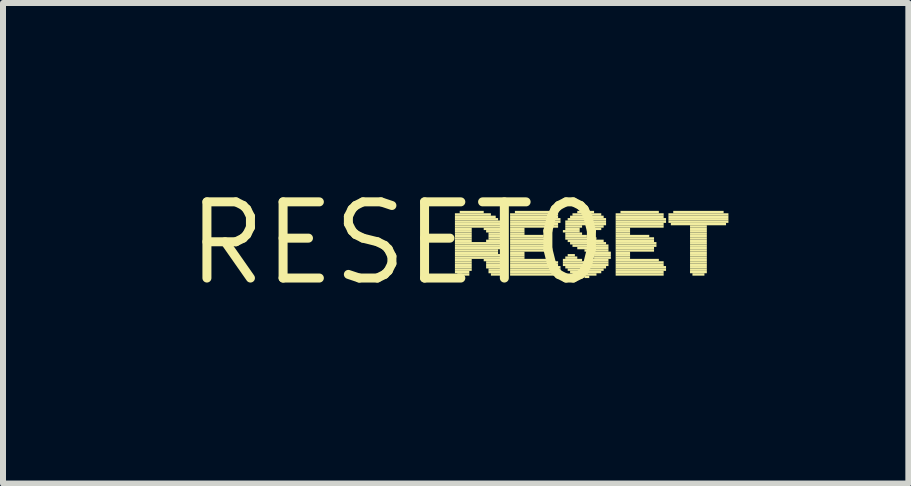
<source format=kicad_pcb>
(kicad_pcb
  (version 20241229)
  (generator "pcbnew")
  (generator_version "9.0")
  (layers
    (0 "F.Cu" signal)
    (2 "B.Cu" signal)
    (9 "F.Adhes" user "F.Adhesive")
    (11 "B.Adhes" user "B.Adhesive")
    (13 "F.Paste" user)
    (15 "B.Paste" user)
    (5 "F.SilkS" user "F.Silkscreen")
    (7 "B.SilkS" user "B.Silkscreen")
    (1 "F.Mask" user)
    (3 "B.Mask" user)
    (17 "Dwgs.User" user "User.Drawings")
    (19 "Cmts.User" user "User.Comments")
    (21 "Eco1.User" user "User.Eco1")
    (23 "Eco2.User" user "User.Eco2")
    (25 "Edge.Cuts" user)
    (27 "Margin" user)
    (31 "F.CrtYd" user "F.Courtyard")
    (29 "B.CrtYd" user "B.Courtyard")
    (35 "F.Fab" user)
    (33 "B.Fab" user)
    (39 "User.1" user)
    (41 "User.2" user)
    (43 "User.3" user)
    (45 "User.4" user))
  (footprint "RESET0"
    (layer "F.Cu")
    (at 3.575 1.006)
    (property "Reference" "RESET0" (at 0 0 0) (layer "F.SilkS") (effects (font (size 1.27 1.27) (thickness 0.15))))
    (attr through_hole)
    (fp_poly (pts (xy 0.96 -0.46) (xy 1.56 -0.46) (xy 1.56 -0.5) (xy 0.96 -0.5)) (stroke (width 0) (type solid)) (fill yes) (layer "F.SilkS"))
    (fp_poly (pts (xy 0.96 -0.42) (xy 1.64 -0.42) (xy 1.64 -0.46) (xy 0.96 -0.46)) (stroke (width 0) (type solid)) (fill yes) (layer "F.SilkS"))
    (fp_poly (pts (xy 0.96 -0.38) (xy 1.68 -0.38) (xy 1.68 -0.42) (xy 0.96 -0.42)) (stroke (width 0) (type solid)) (fill yes) (layer "F.SilkS"))
    (fp_poly (pts (xy 0.96 -0.34) (xy 1.72 -0.34) (xy 1.72 -0.38) (xy 0.96 -0.38)) (stroke (width 0) (type solid)) (fill yes) (layer "F.SilkS"))
    (fp_poly (pts (xy 0.96 -0.3) (xy 1.72 -0.3) (xy 1.72 -0.34) (xy 0.96 -0.34)) (stroke (width 0) (type solid)) (fill yes) (layer "F.SilkS"))
    (fp_poly (pts (xy 0.96 -0.26) (xy 1.76 -0.26) (xy 1.76 -0.3) (xy 0.96 -0.3)) (stroke (width 0) (type solid)) (fill yes) (layer "F.SilkS"))
    (fp_poly (pts (xy 0.96 -0.22) (xy 1.24 -0.22) (xy 1.24 -0.26) (xy 0.96 -0.26)) (stroke (width 0) (type solid)) (fill yes) (layer "F.SilkS"))
    (fp_poly (pts (xy 0.96 -0.18) (xy 1.24 -0.18) (xy 1.24 -0.22) (xy 0.96 -0.22)) (stroke (width 0) (type solid)) (fill yes) (layer "F.SilkS"))
    (fp_poly (pts (xy 0.96 -0.14) (xy 1.24 -0.14) (xy 1.24 -0.18) (xy 0.96 -0.18)) (stroke (width 0) (type solid)) (fill yes) (layer "F.SilkS"))
    (fp_poly (pts (xy 0.96 -0.1) (xy 1.24 -0.1) (xy 1.24 -0.14) (xy 0.96 -0.14)) (stroke (width 0) (type solid)) (fill yes) (layer "F.SilkS"))
    (fp_poly (pts (xy 0.96 -0.06) (xy 1.24 -0.06) (xy 1.24 -0.1) (xy 0.96 -0.1)) (stroke (width 0) (type solid)) (fill yes) (layer "F.SilkS"))
    (fp_poly (pts (xy 0.96 -0.02) (xy 1.24 -0.02) (xy 1.24 -0.06) (xy 0.96 -0.06)) (stroke (width 0) (type solid)) (fill yes) (layer "F.SilkS"))
    (fp_poly (pts (xy 0.96 0.02) (xy 1.76 0.02) (xy 1.76 -0.02) (xy 0.96 -0.02)) (stroke (width 0) (type solid)) (fill yes) (layer "F.SilkS"))
    (fp_poly (pts (xy 0.96 0.06) (xy 1.76 0.06) (xy 1.76 0.02) (xy 0.96 0.02)) (stroke (width 0) (type solid)) (fill yes) (layer "F.SilkS"))
    (fp_poly (pts (xy 0.96 0.1) (xy 1.72 0.1) (xy 1.72 0.06) (xy 0.96 0.06)) (stroke (width 0) (type solid)) (fill yes) (layer "F.SilkS"))
    (fp_poly (pts (xy 0.96 0.14) (xy 1.68 0.14) (xy 1.68 0.1) (xy 0.96 0.1)) (stroke (width 0) (type solid)) (fill yes) (layer "F.SilkS"))
    (fp_poly (pts (xy 0.96 0.18) (xy 1.68 0.18) (xy 1.68 0.14) (xy 0.96 0.14)) (stroke (width 0) (type solid)) (fill yes) (layer "F.SilkS"))
    (fp_poly (pts (xy 0.96 0.22) (xy 1.72 0.22) (xy 1.72 0.18) (xy 0.96 0.18)) (stroke (width 0) (type solid)) (fill yes) (layer "F.SilkS"))
    (fp_poly (pts (xy 0.96 0.26) (xy 1.72 0.26) (xy 1.72 0.22) (xy 0.96 0.22)) (stroke (width 0) (type solid)) (fill yes) (layer "F.SilkS"))
    (fp_poly (pts (xy 0.96 0.3) (xy 1.24 0.3) (xy 1.24 0.26) (xy 0.96 0.26)) (stroke (width 0) (type solid)) (fill yes) (layer "F.SilkS"))
    (fp_poly (pts (xy 0.96 0.34) (xy 1.24 0.34) (xy 1.24 0.3) (xy 0.96 0.3)) (stroke (width 0) (type solid)) (fill yes) (layer "F.SilkS"))
    (fp_poly (pts (xy 0.96 0.38) (xy 1.24 0.38) (xy 1.24 0.34) (xy 0.96 0.34)) (stroke (width 0) (type solid)) (fill yes) (layer "F.SilkS"))
    (fp_poly (pts (xy 0.96 0.42) (xy 1.24 0.42) (xy 1.24 0.38) (xy 0.96 0.38)) (stroke (width 0) (type solid)) (fill yes) (layer "F.SilkS"))
    (fp_poly (pts (xy 0.96 0.46) (xy 1.24 0.46) (xy 1.24 0.42) (xy 0.96 0.42)) (stroke (width 0) (type solid)) (fill yes) (layer "F.SilkS"))
    (fp_poly (pts (xy 0.96 0.5) (xy 1.2 0.5) (xy 1.2 0.46) (xy 0.96 0.46)) (stroke (width 0) (type solid)) (fill yes) (layer "F.SilkS"))
    (fp_poly (pts (xy 1 0.54) (xy 1.2 0.54) (xy 1.2 0.5) (xy 1 0.5)) (stroke (width 0) (type solid)) (fill yes) (layer "F.SilkS"))
    (fp_poly (pts (xy 1.04 -0.5) (xy 1.44 -0.5) (xy 1.44 -0.54) (xy 1.04 -0.54)) (stroke (width 0) (type solid)) (fill yes) (layer "F.SilkS"))
    (fp_poly (pts (xy 1.44 -0.22) (xy 1.76 -0.22) (xy 1.76 -0.26) (xy 1.44 -0.26)) (stroke (width 0) (type solid)) (fill yes) (layer "F.SilkS"))
    (fp_poly (pts (xy 1.44 0.3) (xy 1.72 0.3) (xy 1.72 0.26) (xy 1.44 0.26)) (stroke (width 0) (type solid)) (fill yes) (layer "F.SilkS"))
    (fp_poly (pts (xy 1.48 -0.18) (xy 1.76 -0.18) (xy 1.76 -0.22) (xy 1.48 -0.22)) (stroke (width 0) (type solid)) (fill yes) (layer "F.SilkS"))
    (fp_poly (pts (xy 1.48 -0.02) (xy 1.76 -0.02) (xy 1.76 -0.06) (xy 1.48 -0.06)) (stroke (width 0) (type solid)) (fill yes) (layer "F.SilkS"))
    (fp_poly (pts (xy 1.48 0.34) (xy 1.76 0.34) (xy 1.76 0.3) (xy 1.48 0.3)) (stroke (width 0) (type solid)) (fill yes) (layer "F.SilkS"))
    (fp_poly (pts (xy 1.48 0.38) (xy 1.76 0.38) (xy 1.76 0.34) (xy 1.48 0.34)) (stroke (width 0) (type solid)) (fill yes) (layer "F.SilkS"))
    (fp_poly (pts (xy 1.48 0.42) (xy 1.8 0.42) (xy 1.8 0.38) (xy 1.48 0.38)) (stroke (width 0) (type solid)) (fill yes) (layer "F.SilkS"))
    (fp_poly (pts (xy 1.52 -0.14) (xy 1.8 -0.14) (xy 1.8 -0.18) (xy 1.52 -0.18)) (stroke (width 0) (type solid)) (fill yes) (layer "F.SilkS"))
    (fp_poly (pts (xy 1.52 -0.1) (xy 1.8 -0.1) (xy 1.8 -0.14) (xy 1.52 -0.14)) (stroke (width 0) (type solid)) (fill yes) (layer "F.SilkS"))
    (fp_poly (pts (xy 1.52 -0.06) (xy 1.8 -0.06) (xy 1.8 -0.1) (xy 1.52 -0.1)) (stroke (width 0) (type solid)) (fill yes) (layer "F.SilkS"))
    (fp_poly (pts (xy 1.52 0.46) (xy 1.8 0.46) (xy 1.8 0.42) (xy 1.52 0.42)) (stroke (width 0) (type solid)) (fill yes) (layer "F.SilkS"))
    (fp_poly (pts (xy 1.52 0.5) (xy 1.76 0.5) (xy 1.76 0.46) (xy 1.52 0.46)) (stroke (width 0) (type solid)) (fill yes) (layer "F.SilkS"))
    (fp_poly (pts (xy 1.56 0.54) (xy 1.72 0.54) (xy 1.72 0.5) (xy 1.56 0.5)) (stroke (width 0) (type solid)) (fill yes) (layer "F.SilkS"))
    (fp_poly (pts (xy 1.88 -0.46) (xy 2.68 -0.46) (xy 2.68 -0.5) (xy 1.88 -0.5)) (stroke (width 0) (type solid)) (fill yes) (layer "F.SilkS"))
    (fp_poly (pts (xy 1.88 -0.42) (xy 2.68 -0.42) (xy 2.68 -0.46) (xy 1.88 -0.46)) (stroke (width 0) (type solid)) (fill yes) (layer "F.SilkS"))
    (fp_poly (pts (xy 1.88 -0.38) (xy 2.72 -0.38) (xy 2.72 -0.42) (xy 1.88 -0.42)) (stroke (width 0) (type solid)) (fill yes) (layer "F.SilkS"))
    (fp_poly (pts (xy 1.88 -0.34) (xy 2.72 -0.34) (xy 2.72 -0.38) (xy 1.88 -0.38)) (stroke (width 0) (type solid)) (fill yes) (layer "F.SilkS"))
    (fp_poly (pts (xy 1.88 -0.3) (xy 2.68 -0.3) (xy 2.68 -0.34) (xy 1.88 -0.34)) (stroke (width 0) (type solid)) (fill yes) (layer "F.SilkS"))
    (fp_poly (pts (xy 1.88 -0.26) (xy 2.68 -0.26) (xy 2.68 -0.3) (xy 1.88 -0.3)) (stroke (width 0) (type solid)) (fill yes) (layer "F.SilkS"))
    (fp_poly (pts (xy 1.88 -0.22) (xy 2.12 -0.22) (xy 2.12 -0.26) (xy 1.88 -0.26)) (stroke (width 0) (type solid)) (fill yes) (layer "F.SilkS"))
    (fp_poly (pts (xy 1.88 -0.18) (xy 2.12 -0.18) (xy 2.12 -0.22) (xy 1.88 -0.22)) (stroke (width 0) (type solid)) (fill yes) (layer "F.SilkS"))
    (fp_poly (pts (xy 1.88 -0.14) (xy 2.12 -0.14) (xy 2.12 -0.18) (xy 1.88 -0.18)) (stroke (width 0) (type solid)) (fill yes) (layer "F.SilkS"))
    (fp_poly (pts (xy 1.88 -0.1) (xy 2.44 -0.1) (xy 2.44 -0.14) (xy 1.88 -0.14)) (stroke (width 0) (type solid)) (fill yes) (layer "F.SilkS"))
    (fp_poly (pts (xy 1.88 -0.06) (xy 2.52 -0.06) (xy 2.52 -0.1) (xy 1.88 -0.1)) (stroke (width 0) (type solid)) (fill yes) (layer "F.SilkS"))
    (fp_poly (pts (xy 1.88 -0.02) (xy 2.52 -0.02) (xy 2.52 -0.06) (xy 1.88 -0.06)) (stroke (width 0) (type solid)) (fill yes) (layer "F.SilkS"))
    (fp_poly (pts (xy 1.88 0.02) (xy 2.56 0.02) (xy 2.56 -0.02) (xy 1.88 -0.02)) (stroke (width 0) (type solid)) (fill yes) (layer "F.SilkS"))
    (fp_poly (pts (xy 1.88 0.06) (xy 2.56 0.06) (xy 2.56 0.02) (xy 1.88 0.02)) (stroke (width 0) (type solid)) (fill yes) (layer "F.SilkS"))
    (fp_poly (pts (xy 1.88 0.1) (xy 2.52 0.1) (xy 2.52 0.06) (xy 1.88 0.06)) (stroke (width 0) (type solid)) (fill yes) (layer "F.SilkS"))
    (fp_poly (pts (xy 1.88 0.14) (xy 2.52 0.14) (xy 2.52 0.1) (xy 1.88 0.1)) (stroke (width 0) (type solid)) (fill yes) (layer "F.SilkS"))
    (fp_poly (pts (xy 1.88 0.18) (xy 2.12 0.18) (xy 2.12 0.14) (xy 1.88 0.14)) (stroke (width 0) (type solid)) (fill yes) (layer "F.SilkS"))
    (fp_poly (pts (xy 1.88 0.22) (xy 2.12 0.22) (xy 2.12 0.18) (xy 1.88 0.18)) (stroke (width 0) (type solid)) (fill yes) (layer "F.SilkS"))
    (fp_poly (pts (xy 1.88 0.26) (xy 2.12 0.26) (xy 2.12 0.22) (xy 1.88 0.22)) (stroke (width 0) (type solid)) (fill yes) (layer "F.SilkS"))
    (fp_poly (pts (xy 1.88 0.3) (xy 2.6 0.3) (xy 2.6 0.26) (xy 1.88 0.26)) (stroke (width 0) (type solid)) (fill yes) (layer "F.SilkS"))
    (fp_poly (pts (xy 1.88 0.34) (xy 2.68 0.34) (xy 2.68 0.3) (xy 1.88 0.3)) (stroke (width 0) (type solid)) (fill yes) (layer "F.SilkS"))
    (fp_poly (pts (xy 1.88 0.38) (xy 2.68 0.38) (xy 2.68 0.34) (xy 1.88 0.34)) (stroke (width 0) (type solid)) (fill yes) (layer "F.SilkS"))
    (fp_poly (pts (xy 1.88 0.42) (xy 2.72 0.42) (xy 2.72 0.38) (xy 1.88 0.38)) (stroke (width 0) (type solid)) (fill yes) (layer "F.SilkS"))
    (fp_poly (pts (xy 1.88 0.46) (xy 2.72 0.46) (xy 2.72 0.42) (xy 1.88 0.42)) (stroke (width 0) (type solid)) (fill yes) (layer "F.SilkS"))
    (fp_poly (pts (xy 1.88 0.5) (xy 2.68 0.5) (xy 2.68 0.46) (xy 1.88 0.46)) (stroke (width 0) (type solid)) (fill yes) (layer "F.SilkS"))
    (fp_poly (pts (xy 1.88 0.54) (xy 2.68 0.54) (xy 2.68 0.5) (xy 1.88 0.5)) (stroke (width 0) (type solid)) (fill yes) (layer "F.SilkS"))
    (fp_poly (pts (xy 1.96 -0.5) (xy 2.6 -0.5) (xy 2.6 -0.54) (xy 1.96 -0.54)) (stroke (width 0) (type solid)) (fill yes) (layer "F.SilkS"))
    (fp_poly (pts (xy 2.76 -0.18) (xy 3.04 -0.18) (xy 3.04 -0.22) (xy 2.76 -0.22)) (stroke (width 0) (type solid)) (fill yes) (layer "F.SilkS"))
    (fp_poly (pts (xy 2.76 0.3) (xy 3.08 0.3) (xy 3.08 0.26) (xy 2.76 0.26)) (stroke (width 0) (type solid)) (fill yes) (layer "F.SilkS"))
    (fp_poly (pts (xy 2.76 0.34) (xy 3.52 0.34) (xy 3.52 0.3) (xy 2.76 0.3)) (stroke (width 0) (type solid)) (fill yes) (layer "F.SilkS"))
    (fp_poly (pts (xy 2.76 0.38) (xy 3.52 0.38) (xy 3.52 0.34) (xy 2.76 0.34)) (stroke (width 0) (type solid)) (fill yes) (layer "F.SilkS"))
    (fp_poly (pts (xy 2.8 -0.34) (xy 3.48 -0.34) (xy 3.48 -0.38) (xy 2.8 -0.38)) (stroke (width 0) (type solid)) (fill yes) (layer "F.SilkS"))
    (fp_poly (pts (xy 2.8 -0.3) (xy 3.48 -0.3) (xy 3.48 -0.34) (xy 2.8 -0.34)) (stroke (width 0) (type solid)) (fill yes) (layer "F.SilkS"))
    (fp_poly (pts (xy 2.8 -0.26) (xy 3.08 -0.26) (xy 3.08 -0.3) (xy 2.8 -0.3)) (stroke (width 0) (type solid)) (fill yes) (layer "F.SilkS"))
    (fp_poly (pts (xy 2.8 -0.22) (xy 3.04 -0.22) (xy 3.04 -0.26) (xy 2.8 -0.26)) (stroke (width 0) (type solid)) (fill yes) (layer "F.SilkS"))
    (fp_poly (pts (xy 2.8 -0.14) (xy 3.08 -0.14) (xy 3.08 -0.18) (xy 2.8 -0.18)) (stroke (width 0) (type solid)) (fill yes) (layer "F.SilkS"))
    (fp_poly (pts (xy 2.8 -0.1) (xy 3.16 -0.1) (xy 3.16 -0.14) (xy 2.8 -0.14)) (stroke (width 0) (type solid)) (fill yes) (layer "F.SilkS"))
    (fp_poly (pts (xy 2.8 -0.06) (xy 3.32 -0.06) (xy 3.32 -0.1) (xy 2.8 -0.1)) (stroke (width 0) (type solid)) (fill yes) (layer "F.SilkS"))
    (fp_poly (pts (xy 2.8 0.26) (xy 3 0.26) (xy 3 0.22) (xy 2.8 0.22)) (stroke (width 0) (type solid)) (fill yes) (layer "F.SilkS"))
    (fp_poly (pts (xy 2.8 0.42) (xy 3.48 0.42) (xy 3.48 0.38) (xy 2.8 0.38)) (stroke (width 0) (type solid)) (fill yes) (layer "F.SilkS"))
    (fp_poly (pts (xy 2.84 -0.38) (xy 3.48 -0.38) (xy 3.48 -0.42) (xy 2.84 -0.42)) (stroke (width 0) (type solid)) (fill yes) (layer "F.SilkS"))
    (fp_poly (pts (xy 2.84 -0.02) (xy 3.44 -0.02) (xy 3.44 -0.06) (xy 2.84 -0.06)) (stroke (width 0) (type solid)) (fill yes) (layer "F.SilkS"))
    (fp_poly (pts (xy 2.84 0.22) (xy 2.96 0.22) (xy 2.96 0.18) (xy 2.84 0.18)) (stroke (width 0) (type solid)) (fill yes) (layer "F.SilkS"))
    (fp_poly (pts (xy 2.84 0.46) (xy 3.44 0.46) (xy 3.44 0.42) (xy 2.84 0.42)) (stroke (width 0) (type solid)) (fill yes) (layer "F.SilkS"))
    (fp_poly (pts (xy 2.88 -0.42) (xy 3.44 -0.42) (xy 3.44 -0.46) (xy 2.88 -0.46)) (stroke (width 0) (type solid)) (fill yes) (layer "F.SilkS"))
    (fp_poly (pts (xy 2.88 0.02) (xy 3.48 0.02) (xy 3.48 -0.02) (xy 2.88 -0.02)) (stroke (width 0) (type solid)) (fill yes) (layer "F.SilkS"))
    (fp_poly (pts (xy 2.88 0.5) (xy 3.4 0.5) (xy 3.4 0.46) (xy 2.88 0.46)) (stroke (width 0) (type solid)) (fill yes) (layer "F.SilkS"))
    (fp_poly (pts (xy 2.92 -0.46) (xy 3.4 -0.46) (xy 3.4 -0.5) (xy 2.92 -0.5)) (stroke (width 0) (type solid)) (fill yes) (layer "F.SilkS"))
    (fp_poly (pts (xy 2.92 0.06) (xy 3.52 0.06) (xy 3.52 0.02) (xy 2.92 0.02)) (stroke (width 0) (type solid)) (fill yes) (layer "F.SilkS"))
    (fp_poly (pts (xy 2.96 0.54) (xy 3.32 0.54) (xy 3.32 0.5) (xy 2.96 0.5)) (stroke (width 0) (type solid)) (fill yes) (layer "F.SilkS"))
    (fp_poly (pts (xy 3 -0.5) (xy 3.28 -0.5) (xy 3.28 -0.54) (xy 3 -0.54)) (stroke (width 0) (type solid)) (fill yes) (layer "F.SilkS"))
    (fp_poly (pts (xy 3 0.1) (xy 3.52 0.1) (xy 3.52 0.06) (xy 3 0.06)) (stroke (width 0) (type solid)) (fill yes) (layer "F.SilkS"))
    (fp_poly (pts (xy 3.12 0.14) (xy 3.52 0.14) (xy 3.52 0.1) (xy 3.12 0.1)) (stroke (width 0) (type solid)) (fill yes) (layer "F.SilkS"))
    (fp_poly (pts (xy 3.12 0.58) (xy 3.2 0.58) (xy 3.2 0.54) (xy 3.12 0.54)) (stroke (width 0) (type solid)) (fill yes) (layer "F.SilkS"))
    (fp_poly (pts (xy 3.2 -0.26) (xy 3.44 -0.26) (xy 3.44 -0.3) (xy 3.2 -0.3)) (stroke (width 0) (type solid)) (fill yes) (layer "F.SilkS"))
    (fp_poly (pts (xy 3.24 0.18) (xy 3.56 0.18) (xy 3.56 0.14) (xy 3.24 0.14)) (stroke (width 0) (type solid)) (fill yes) (layer "F.SilkS"))
    (fp_poly (pts (xy 3.24 0.3) (xy 3.52 0.3) (xy 3.52 0.26) (xy 3.24 0.26)) (stroke (width 0) (type solid)) (fill yes) (layer "F.SilkS"))
    (fp_poly (pts (xy 3.28 -0.22) (xy 3.4 -0.22) (xy 3.4 -0.26) (xy 3.28 -0.26)) (stroke (width 0) (type solid)) (fill yes) (layer "F.SilkS"))
    (fp_poly (pts (xy 3.28 0.22) (xy 3.56 0.22) (xy 3.56 0.18) (xy 3.28 0.18)) (stroke (width 0) (type solid)) (fill yes) (layer "F.SilkS"))
    (fp_poly (pts (xy 3.28 0.26) (xy 3.56 0.26) (xy 3.56 0.22) (xy 3.28 0.22)) (stroke (width 0) (type solid)) (fill yes) (layer "F.SilkS"))
    (fp_poly (pts (xy 3.64 -0.46) (xy 4.44 -0.46) (xy 4.44 -0.5) (xy 3.64 -0.5)) (stroke (width 0) (type solid)) (fill yes) (layer "F.SilkS"))
    (fp_poly (pts (xy 3.64 -0.42) (xy 4.44 -0.42) (xy 4.44 -0.46) (xy 3.64 -0.46)) (stroke (width 0) (type solid)) (fill yes) (layer "F.SilkS"))
    (fp_poly (pts (xy 3.64 -0.38) (xy 4.48 -0.38) (xy 4.48 -0.42) (xy 3.64 -0.42)) (stroke (width 0) (type solid)) (fill yes) (layer "F.SilkS"))
    (fp_poly (pts (xy 3.64 -0.34) (xy 4.48 -0.34) (xy 4.48 -0.38) (xy 3.64 -0.38)) (stroke (width 0) (type solid)) (fill yes) (layer "F.SilkS"))
    (fp_poly (pts (xy 3.64 -0.3) (xy 4.44 -0.3) (xy 4.44 -0.34) (xy 3.64 -0.34)) (stroke (width 0) (type solid)) (fill yes) (layer "F.SilkS"))
    (fp_poly (pts (xy 3.64 -0.26) (xy 4.44 -0.26) (xy 4.44 -0.3) (xy 3.64 -0.3)) (stroke (width 0) (type solid)) (fill yes) (layer "F.SilkS"))
    (fp_poly (pts (xy 3.64 -0.22) (xy 3.88 -0.22) (xy 3.88 -0.26) (xy 3.64 -0.26)) (stroke (width 0) (type solid)) (fill yes) (layer "F.SilkS"))
    (fp_poly (pts (xy 3.64 -0.18) (xy 3.88 -0.18) (xy 3.88 -0.22) (xy 3.64 -0.22)) (stroke (width 0) (type solid)) (fill yes) (layer "F.SilkS"))
    (fp_poly (pts (xy 3.64 -0.14) (xy 3.88 -0.14) (xy 3.88 -0.18) (xy 3.64 -0.18)) (stroke (width 0) (type solid)) (fill yes) (layer "F.SilkS"))
    (fp_poly (pts (xy 3.64 -0.1) (xy 4.2 -0.1) (xy 4.2 -0.14) (xy 3.64 -0.14)) (stroke (width 0) (type solid)) (fill yes) (layer "F.SilkS"))
    (fp_poly (pts (xy 3.64 -0.06) (xy 4.28 -0.06) (xy 4.28 -0.1) (xy 3.64 -0.1)) (stroke (width 0) (type solid)) (fill yes) (layer "F.SilkS"))
    (fp_poly (pts (xy 3.64 -0.02) (xy 4.28 -0.02) (xy 4.28 -0.06) (xy 3.64 -0.06)) (stroke (width 0) (type solid)) (fill yes) (layer "F.SilkS"))
    (fp_poly (pts (xy 3.64 0.02) (xy 4.32 0.02) (xy 4.32 -0.02) (xy 3.64 -0.02)) (stroke (width 0) (type solid)) (fill yes) (layer "F.SilkS"))
    (fp_poly (pts (xy 3.64 0.06) (xy 4.32 0.06) (xy 4.32 0.02) (xy 3.64 0.02)) (stroke (width 0) (type solid)) (fill yes) (layer "F.SilkS"))
    (fp_poly (pts (xy 3.64 0.1) (xy 4.28 0.1) (xy 4.28 0.06) (xy 3.64 0.06)) (stroke (width 0) (type solid)) (fill yes) (layer "F.SilkS"))
    (fp_poly (pts (xy 3.64 0.14) (xy 4.28 0.14) (xy 4.28 0.1) (xy 3.64 0.1)) (stroke (width 0) (type solid)) (fill yes) (layer "F.SilkS"))
    (fp_poly (pts (xy 3.64 0.18) (xy 3.88 0.18) (xy 3.88 0.14) (xy 3.64 0.14)) (stroke (width 0) (type solid)) (fill yes) (layer "F.SilkS"))
    (fp_poly (pts (xy 3.64 0.22) (xy 3.88 0.22) (xy 3.88 0.18) (xy 3.64 0.18)) (stroke (width 0) (type solid)) (fill yes) (layer "F.SilkS"))
    (fp_poly (pts (xy 3.64 0.26) (xy 3.88 0.26) (xy 3.88 0.22) (xy 3.64 0.22)) (stroke (width 0) (type solid)) (fill yes) (layer "F.SilkS"))
    (fp_poly (pts (xy 3.64 0.3) (xy 4.36 0.3) (xy 4.36 0.26) (xy 3.64 0.26)) (stroke (width 0) (type solid)) (fill yes) (layer "F.SilkS"))
    (fp_poly (pts (xy 3.64 0.34) (xy 4.44 0.34) (xy 4.44 0.3) (xy 3.64 0.3)) (stroke (width 0) (type solid)) (fill yes) (layer "F.SilkS"))
    (fp_poly (pts (xy 3.64 0.38) (xy 4.44 0.38) (xy 4.44 0.34) (xy 3.64 0.34)) (stroke (width 0) (type solid)) (fill yes) (layer "F.SilkS"))
    (fp_poly (pts (xy 3.64 0.42) (xy 4.48 0.42) (xy 4.48 0.38) (xy 3.64 0.38)) (stroke (width 0) (type solid)) (fill yes) (layer "F.SilkS"))
    (fp_poly (pts (xy 3.64 0.46) (xy 4.48 0.46) (xy 4.48 0.42) (xy 3.64 0.42)) (stroke (width 0) (type solid)) (fill yes) (layer "F.SilkS"))
    (fp_poly (pts (xy 3.64 0.5) (xy 4.44 0.5) (xy 4.44 0.46) (xy 3.64 0.46)) (stroke (width 0) (type solid)) (fill yes) (layer "F.SilkS"))
    (fp_poly (pts (xy 3.64 0.54) (xy 4.44 0.54) (xy 4.44 0.5) (xy 3.64 0.5)) (stroke (width 0) (type solid)) (fill yes) (layer "F.SilkS"))
    (fp_poly (pts (xy 3.72 -0.5) (xy 4.36 -0.5) (xy 4.36 -0.54) (xy 3.72 -0.54)) (stroke (width 0) (type solid)) (fill yes) (layer "F.SilkS"))
    (fp_poly (pts (xy 4.52 -0.46) (xy 5.52 -0.46) (xy 5.52 -0.5) (xy 4.52 -0.5)) (stroke (width 0) (type solid)) (fill yes) (layer "F.SilkS"))
    (fp_poly (pts (xy 4.52 -0.42) (xy 5.52 -0.42) (xy 5.52 -0.46) (xy 4.52 -0.46)) (stroke (width 0) (type solid)) (fill yes) (layer "F.SilkS"))
    (fp_poly (pts (xy 4.52 -0.38) (xy 5.52 -0.38) (xy 5.52 -0.42) (xy 4.52 -0.42)) (stroke (width 0) (type solid)) (fill yes) (layer "F.SilkS"))
    (fp_poly (pts (xy 4.52 -0.34) (xy 5.52 -0.34) (xy 5.52 -0.38) (xy 4.52 -0.38)) (stroke (width 0) (type solid)) (fill yes) (layer "F.SilkS"))
    (fp_poly (pts (xy 4.56 -0.3) (xy 5.48 -0.3) (xy 5.48 -0.34) (xy 4.56 -0.34)) (stroke (width 0) (type solid)) (fill yes) (layer "F.SilkS"))
    (fp_poly (pts (xy 4.6 -0.5) (xy 5.44 -0.5) (xy 5.44 -0.54) (xy 4.6 -0.54)) (stroke (width 0) (type solid)) (fill yes) (layer "F.SilkS"))
    (fp_poly (pts (xy 4.88 -0.26) (xy 5.16 -0.26) (xy 5.16 -0.3) (xy 4.88 -0.3)) (stroke (width 0) (type solid)) (fill yes) (layer "F.SilkS"))
    (fp_poly (pts (xy 4.88 -0.22) (xy 5.16 -0.22) (xy 5.16 -0.26) (xy 4.88 -0.26)) (stroke (width 0) (type solid)) (fill yes) (layer "F.SilkS"))
    (fp_poly (pts (xy 4.88 -0.18) (xy 5.16 -0.18) (xy 5.16 -0.22) (xy 4.88 -0.22)) (stroke (width 0) (type solid)) (fill yes) (layer "F.SilkS"))
    (fp_poly (pts (xy 4.88 -0.14) (xy 5.16 -0.14) (xy 5.16 -0.18) (xy 4.88 -0.18)) (stroke (width 0) (type solid)) (fill yes) (layer "F.SilkS"))
    (fp_poly (pts (xy 4.88 -0.1) (xy 5.16 -0.1) (xy 5.16 -0.14) (xy 4.88 -0.14)) (stroke (width 0) (type solid)) (fill yes) (layer "F.SilkS"))
    (fp_poly (pts (xy 4.88 -0.06) (xy 5.16 -0.06) (xy 5.16 -0.1) (xy 4.88 -0.1)) (stroke (width 0) (type solid)) (fill yes) (layer "F.SilkS"))
    (fp_poly (pts (xy 4.88 -0.02) (xy 5.16 -0.02) (xy 5.16 -0.06) (xy 4.88 -0.06)) (stroke (width 0) (type solid)) (fill yes) (layer "F.SilkS"))
    (fp_poly (pts (xy 4.88 0.02) (xy 5.16 0.02) (xy 5.16 -0.02) (xy 4.88 -0.02)) (stroke (width 0) (type solid)) (fill yes) (layer "F.SilkS"))
    (fp_poly (pts (xy 4.88 0.06) (xy 5.16 0.06) (xy 5.16 0.02) (xy 4.88 0.02)) (stroke (width 0) (type solid)) (fill yes) (layer "F.SilkS"))
    (fp_poly (pts (xy 4.88 0.1) (xy 5.16 0.1) (xy 5.16 0.06) (xy 4.88 0.06)) (stroke (width 0) (type solid)) (fill yes) (layer "F.SilkS"))
    (fp_poly (pts (xy 4.88 0.14) (xy 5.16 0.14) (xy 5.16 0.1) (xy 4.88 0.1)) (stroke (width 0) (type solid)) (fill yes) (layer "F.SilkS"))
    (fp_poly (pts (xy 4.88 0.18) (xy 5.16 0.18) (xy 5.16 0.14) (xy 4.88 0.14)) (stroke (width 0) (type solid)) (fill yes) (layer "F.SilkS"))
    (fp_poly (pts (xy 4.88 0.22) (xy 5.16 0.22) (xy 5.16 0.18) (xy 4.88 0.18)) (stroke (width 0) (type solid)) (fill yes) (layer "F.SilkS"))
    (fp_poly (pts (xy 4.88 0.26) (xy 5.16 0.26) (xy 5.16 0.22) (xy 4.88 0.22)) (stroke (width 0) (type solid)) (fill yes) (layer "F.SilkS"))
    (fp_poly (pts (xy 4.88 0.3) (xy 5.16 0.3) (xy 5.16 0.26) (xy 4.88 0.26)) (stroke (width 0) (type solid)) (fill yes) (layer "F.SilkS"))
    (fp_poly (pts (xy 4.88 0.34) (xy 5.16 0.34) (xy 5.16 0.3) (xy 4.88 0.3)) (stroke (width 0) (type solid)) (fill yes) (layer "F.SilkS"))
    (fp_poly (pts (xy 4.88 0.38) (xy 5.16 0.38) (xy 5.16 0.34) (xy 4.88 0.34)) (stroke (width 0) (type solid)) (fill yes) (layer "F.SilkS"))
    (fp_poly (pts (xy 4.88 0.42) (xy 5.16 0.42) (xy 5.16 0.38) (xy 4.88 0.38)) (stroke (width 0) (type solid)) (fill yes) (layer "F.SilkS"))
    (fp_poly (pts (xy 4.88 0.46) (xy 5.16 0.46) (xy 5.16 0.42) (xy 4.88 0.42)) (stroke (width 0) (type solid)) (fill yes) (layer "F.SilkS"))
    (fp_poly (pts (xy 4.88 0.5) (xy 5.16 0.5) (xy 5.16 0.46) (xy 4.88 0.46)) (stroke (width 0) (type solid)) (fill yes) (layer "F.SilkS"))
    (fp_poly (pts (xy 4.92 0.54) (xy 5.12 0.54) (xy 5.12 0.5) (xy 4.92 0.5)) (stroke (width 0) (type solid)) (fill yes) (layer "F.SilkS")))
  (gr_rect
    (start -3 -3)
    (end 12.095 5.012)
    (stroke (width 0.1) (type default))
    (fill no)
    (layer "Edge.Cuts")))
</source>
